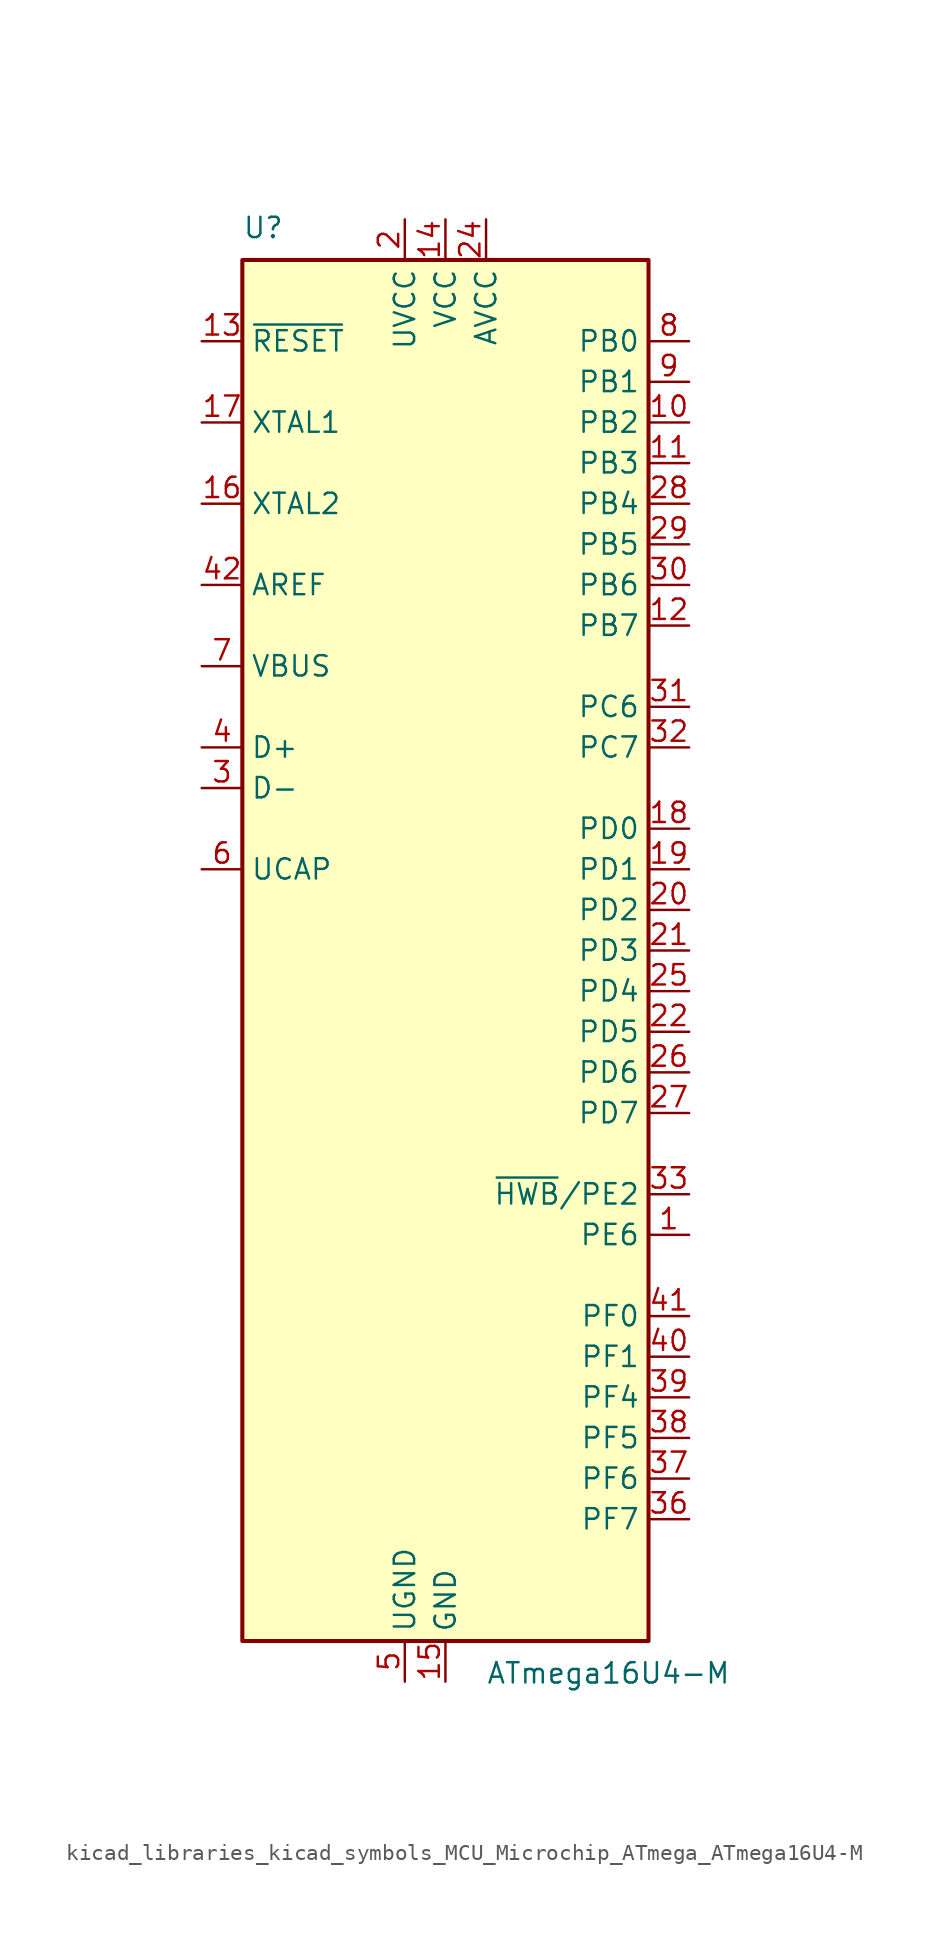
<source format=kicad_sym>
(kicad_symbol_lib
  (version 20220914)
  (generator kicad_symbol_editor)
  (symbol "kicad_libraries_kicad_symbols_MCU_Microchip_ATmega_ATmega16U4-M"
    (property "Reference" "U"
      (at -12.7 44.45 0)
      (effects (font (size 1.27 1.27)) (justify left bottom)))
    (property "Value" "ATmega16U4-M"
      (at 2.54 -44.45 0)
      (effects (font (size 1.27 1.27)) (justify left top)))
    (symbol "kicad_libraries_kicad_symbols_MCU_Microchip_ATmega_ATmega16U4-M_0_1"
      (rectangle (start -12.7 -43.18) (end 12.7 43.18) (stroke (width 0.254) (type default)) (fill (type background))))
    (symbol "kicad_libraries_kicad_symbols_MCU_Microchip_ATmega_ATmega16U4-M_1_1"
      (pin bidirectional line (at 15.24 -17.78 180) (length 2.54) (name "PE6" (effects (font (size 1.27 1.27)))) (number "1" (effects (font (size 1.27 1.27)))))
      (pin bidirectional line (at 15.24 33.02 180) (length 2.54) (name "PB2" (effects (font (size 1.27 1.27)))) (number "10" (effects (font (size 1.27 1.27)))))
      (pin bidirectional line (at 15.24 30.48 180) (length 2.54) (name "PB3" (effects (font (size 1.27 1.27)))) (number "11" (effects (font (size 1.27 1.27)))))
      (pin bidirectional line (at 15.24 20.32 180) (length 2.54) (name "PB7" (effects (font (size 1.27 1.27)))) (number "12" (effects (font (size 1.27 1.27)))))
      (pin input line (at -15.24 38.1 0) (length 2.54) (name "~{RESET}" (effects (font (size 1.27 1.27)))) (number "13" (effects (font (size 1.27 1.27)))))
      (pin power_in line (at 0 45.72 270) (length 2.54) (name "VCC" (effects (font (size 1.27 1.27)))) (number "14" (effects (font (size 1.27 1.27)))))
      (pin power_in line (at 0 -45.72 90) (length 2.54) (name "GND" (effects (font (size 1.27 1.27)))) (number "15" (effects (font (size 1.27 1.27)))))
      (pin output line (at -15.24 27.94 0) (length 2.54) (name "XTAL2" (effects (font (size 1.27 1.27)))) (number "16" (effects (font (size 1.27 1.27)))))
      (pin input line (at -15.24 33.02 0) (length 2.54) (name "XTAL1" (effects (font (size 1.27 1.27)))) (number "17" (effects (font (size 1.27 1.27)))))
      (pin bidirectional line (at 15.24 7.62 180) (length 2.54) (name "PD0" (effects (font (size 1.27 1.27)))) (number "18" (effects (font (size 1.27 1.27)))))
      (pin bidirectional line (at 15.24 5.08 180) (length 2.54) (name "PD1" (effects (font (size 1.27 1.27)))) (number "19" (effects (font (size 1.27 1.27)))))
      (pin power_in line (at -2.54 45.72 270) (length 2.54) (name "UVCC" (effects (font (size 1.27 1.27)))) (number "2" (effects (font (size 1.27 1.27)))))
      (pin bidirectional line (at 15.24 2.54 180) (length 2.54) (name "PD2" (effects (font (size 1.27 1.27)))) (number "20" (effects (font (size 1.27 1.27)))))
      (pin bidirectional line (at 15.24 0 180) (length 2.54) (name "PD3" (effects (font (size 1.27 1.27)))) (number "21" (effects (font (size 1.27 1.27)))))
      (pin bidirectional line (at 15.24 -5.08 180) (length 2.54) (name "PD5" (effects (font (size 1.27 1.27)))) (number "22" (effects (font (size 1.27 1.27)))))
      (pin passive line (at 0 -45.72 90) (length 2.54) hide (name "GND" (effects (font (size 1.27 1.27)))) (number "23" (effects (font (size 1.27 1.27)))))
      (pin power_in line (at 2.54 45.72 270) (length 2.54) (name "AVCC" (effects (font (size 1.27 1.27)))) (number "24" (effects (font (size 1.27 1.27)))))
      (pin bidirectional line (at 15.24 -2.54 180) (length 2.54) (name "PD4" (effects (font (size 1.27 1.27)))) (number "25" (effects (font (size 1.27 1.27)))))
      (pin bidirectional line (at 15.24 -7.62 180) (length 2.54) (name "PD6" (effects (font (size 1.27 1.27)))) (number "26" (effects (font (size 1.27 1.27)))))
      (pin bidirectional line (at 15.24 -10.16 180) (length 2.54) (name "PD7" (effects (font (size 1.27 1.27)))) (number "27" (effects (font (size 1.27 1.27)))))
      (pin bidirectional line (at 15.24 27.94 180) (length 2.54) (name "PB4" (effects (font (size 1.27 1.27)))) (number "28" (effects (font (size 1.27 1.27)))))
      (pin bidirectional line (at 15.24 25.4 180) (length 2.54) (name "PB5" (effects (font (size 1.27 1.27)))) (number "29" (effects (font (size 1.27 1.27)))))
      (pin bidirectional line (at -15.24 10.16 0) (length 2.54) (name "D-" (effects (font (size 1.27 1.27)))) (number "3" (effects (font (size 1.27 1.27)))))
      (pin bidirectional line (at 15.24 22.86 180) (length 2.54) (name "PB6" (effects (font (size 1.27 1.27)))) (number "30" (effects (font (size 1.27 1.27)))))
      (pin bidirectional line (at 15.24 15.24 180) (length 2.54) (name "PC6" (effects (font (size 1.27 1.27)))) (number "31" (effects (font (size 1.27 1.27)))))
      (pin bidirectional line (at 15.24 12.7 180) (length 2.54) (name "PC7" (effects (font (size 1.27 1.27)))) (number "32" (effects (font (size 1.27 1.27)))))
      (pin bidirectional line (at 15.24 -15.24 180) (length 2.54) (name "~{HWB}/PE2" (effects (font (size 1.27 1.27)))) (number "33" (effects (font (size 1.27 1.27)))))
      (pin passive line (at 0 45.72 270) (length 2.54) hide (name "VCC" (effects (font (size 1.27 1.27)))) (number "34" (effects (font (size 1.27 1.27)))))
      (pin passive line (at 0 -45.72 90) (length 2.54) hide (name "GND" (effects (font (size 1.27 1.27)))) (number "35" (effects (font (size 1.27 1.27)))))
      (pin bidirectional line (at 15.24 -35.56 180) (length 2.54) (name "PF7" (effects (font (size 1.27 1.27)))) (number "36" (effects (font (size 1.27 1.27)))))
      (pin bidirectional line (at 15.24 -33.02 180) (length 2.54) (name "PF6" (effects (font (size 1.27 1.27)))) (number "37" (effects (font (size 1.27 1.27)))))
      (pin bidirectional line (at 15.24 -30.48 180) (length 2.54) (name "PF5" (effects (font (size 1.27 1.27)))) (number "38" (effects (font (size 1.27 1.27)))))
      (pin bidirectional line (at 15.24 -27.94 180) (length 2.54) (name "PF4" (effects (font (size 1.27 1.27)))) (number "39" (effects (font (size 1.27 1.27)))))
      (pin bidirectional line (at -15.24 12.7 0) (length 2.54) (name "D+" (effects (font (size 1.27 1.27)))) (number "4" (effects (font (size 1.27 1.27)))))
      (pin bidirectional line (at 15.24 -25.4 180) (length 2.54) (name "PF1" (effects (font (size 1.27 1.27)))) (number "40" (effects (font (size 1.27 1.27)))))
      (pin bidirectional line (at 15.24 -22.86 180) (length 2.54) (name "PF0" (effects (font (size 1.27 1.27)))) (number "41" (effects (font (size 1.27 1.27)))))
      (pin passive line (at -15.24 22.86 0) (length 2.54) (name "AREF" (effects (font (size 1.27 1.27)))) (number "42" (effects (font (size 1.27 1.27)))))
      (pin passive line (at 0 -45.72 90) (length 2.54) hide (name "GND" (effects (font (size 1.27 1.27)))) (number "43" (effects (font (size 1.27 1.27)))))
      (pin passive line (at 2.54 45.72 270) (length 2.54) hide (name "AVCC" (effects (font (size 1.27 1.27)))) (number "44" (effects (font (size 1.27 1.27)))))
      (pin passive line (at 0 -45.72 90) (length 2.54) hide (name "GND" (effects (font (size 1.27 1.27)))) (number "45" (effects (font (size 1.27 1.27)))))
      (pin passive line (at -2.54 -45.72 90) (length 2.54) (name "UGND" (effects (font (size 1.27 1.27)))) (number "5" (effects (font (size 1.27 1.27)))))
      (pin passive line (at -15.24 5.08 0) (length 2.54) (name "UCAP" (effects (font (size 1.27 1.27)))) (number "6" (effects (font (size 1.27 1.27)))))
      (pin input line (at -15.24 17.78 0) (length 2.54) (name "VBUS" (effects (font (size 1.27 1.27)))) (number "7" (effects (font (size 1.27 1.27)))))
      (pin bidirectional line (at 15.24 38.1 180) (length 2.54) (name "PB0" (effects (font (size 1.27 1.27)))) (number "8" (effects (font (size 1.27 1.27)))))
      (pin bidirectional line (at 15.24 35.56 180) (length 2.54) (name "PB1" (effects (font (size 1.27 1.27)))) (number "9" (effects (font (size 1.27 1.27))))))))
</source>
